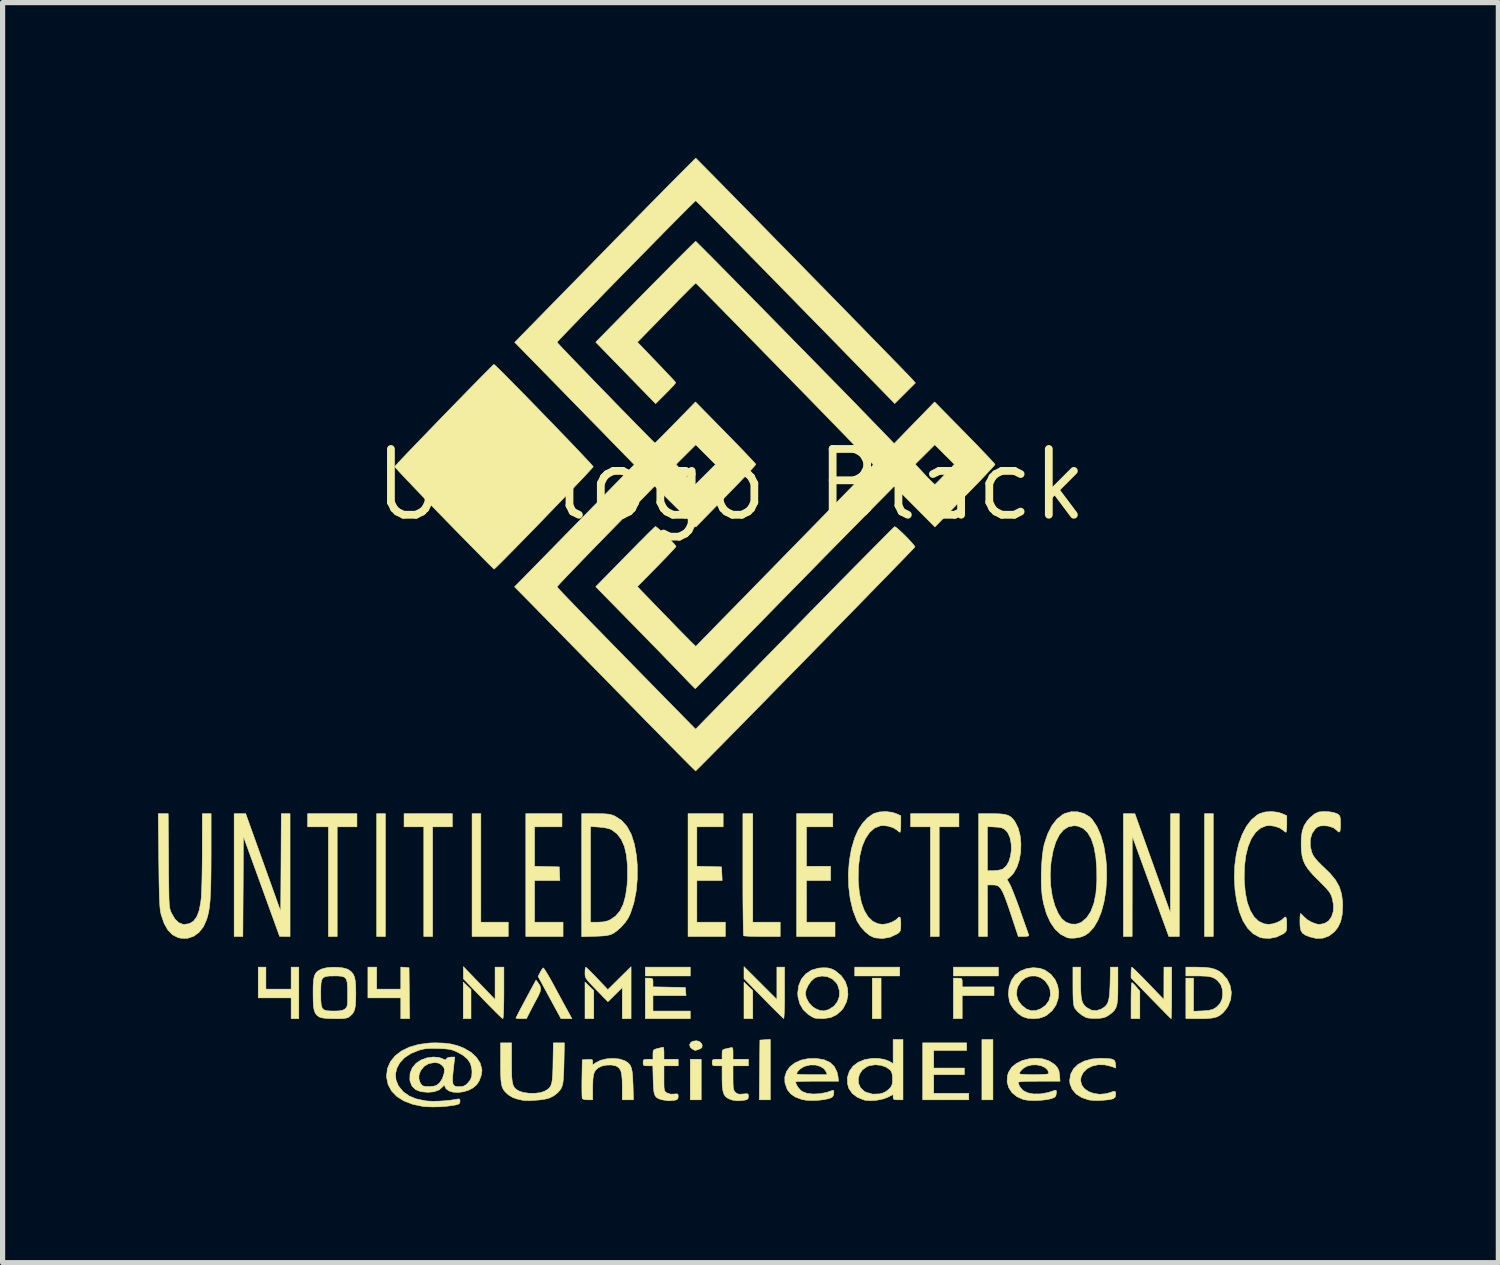
<source format=kicad_pcb>
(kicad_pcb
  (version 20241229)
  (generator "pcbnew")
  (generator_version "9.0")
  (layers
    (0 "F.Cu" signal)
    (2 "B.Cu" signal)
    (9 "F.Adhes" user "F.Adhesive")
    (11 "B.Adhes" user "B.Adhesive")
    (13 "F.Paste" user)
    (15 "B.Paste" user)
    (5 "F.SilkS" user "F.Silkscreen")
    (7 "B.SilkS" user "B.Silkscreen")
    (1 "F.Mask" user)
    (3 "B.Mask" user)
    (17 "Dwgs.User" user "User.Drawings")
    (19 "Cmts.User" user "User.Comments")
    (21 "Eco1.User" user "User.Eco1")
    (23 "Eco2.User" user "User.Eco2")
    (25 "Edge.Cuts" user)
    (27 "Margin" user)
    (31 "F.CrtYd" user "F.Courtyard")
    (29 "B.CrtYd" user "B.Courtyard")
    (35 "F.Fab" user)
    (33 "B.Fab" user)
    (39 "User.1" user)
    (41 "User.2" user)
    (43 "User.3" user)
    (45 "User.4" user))
  (footprint "UE logo Black"
    (layer "F.Cu")
    (at 11.058 6.307)
    (property "Reference" "UE logo Black" (at 0 0 0) (layer "F.SilkS") (effects (font (size 1.27 1.27) (thickness 0.15))))
    (attr through_hole)
    (fp_poly (pts (xy -6.668 8.721) (xy -6.837 8.721) (xy -6.837 6.35) (xy -6.668 6.35) (xy -6.668 8.721)) (stroke (width 0.01) (type solid)) (fill yes) (layer "F.SilkS"))
    (fp_poly (pts (xy -2.646 9.766) (xy -2.646 10.308) (xy -2.815 10.308) (xy -2.815 9.601) (xy -2.646 9.766)) (stroke (width 0.01) (type solid)) (fill yes) (layer "F.SilkS"))
    (fp_poly (pts (xy -0.783 9.483) (xy -1.651 9.483) (xy -1.651 9.313) (xy -0.783 9.313) (xy -0.783 9.483)) (stroke (width 0.01) (type solid)) (fill yes) (layer "F.SilkS"))
    (fp_poly (pts (xy -0.572 11.874) (xy -0.783 11.874) (xy -0.783 11.091) (xy -0.572 11.091) (xy -0.572 11.874)) (stroke (width 0.01) (type solid)) (fill yes) (layer "F.SilkS"))
    (fp_poly (pts (xy 2.9 10.308) (xy 2.731 10.308) (xy 2.731 9.525) (xy 2.9 9.525) (xy 2.9 10.308)) (stroke (width 0.01) (type solid)) (fill yes) (layer "F.SilkS"))
    (fp_poly (pts (xy 3.26 9.483) (xy 2.392 9.483) (xy 2.392 9.313) (xy 3.26 9.313) (xy 3.26 9.483)) (stroke (width 0.01) (type solid)) (fill yes) (layer "F.SilkS"))
    (fp_poly (pts (xy 5.059 11.874) (xy 4.847 11.874) (xy 4.847 10.71) (xy 5.059 10.71) (xy 5.059 11.874)) (stroke (width 0.01) (type solid)) (fill yes) (layer "F.SilkS"))
    (fp_poly (pts (xy 5.165 9.483) (xy 4.297 9.483) (xy 4.297 9.313) (xy 5.165 9.313) (xy 5.165 9.483)) (stroke (width 0.01) (type solid)) (fill yes) (layer "F.SilkS"))
    (fp_poly (pts (xy 9.313 8.721) (xy 9.144 8.721) (xy 9.144 6.35) (xy 9.313 6.35) (xy 9.313 8.721)) (stroke (width 0.01) (type solid)) (fill yes) (layer "F.SilkS"))
    (fp_poly (pts (xy -5.091 9.673) (xy -5.016 9.745) (xy -5.016 10.308) (xy -5.165 10.308) (xy -5.165 9.601) (xy -5.091 9.673)) (stroke (width 0.01) (type solid)) (fill yes) (layer "F.SilkS"))
    (fp_poly (pts (xy 0.339 9.684) (xy 0.423 9.766) (xy 0.423 10.308) (xy 0.254 10.308) (xy 0.254 9.601) (xy 0.339 9.684)) (stroke (width 0.01) (type solid)) (fill yes) (layer "F.SilkS"))
    (fp_poly (pts (xy -4.826 8.445) (xy -4.297 8.445) (xy -4.297 8.721) (xy -4.995 8.721) (xy -4.995 6.35) (xy -4.826 6.35) (xy -4.826 8.445)) (stroke (width 0.01) (type solid)) (fill yes) (layer "F.SilkS"))
    (fp_poly (pts (xy 0.762 11.874) (xy 0.55 11.874) (xy 0.555 11.298) (xy 0.561 10.721) (xy 0.661 10.714) (xy 0.762 10.708) (xy 0.762 11.874)) (stroke (width 0.01) (type solid)) (fill yes) (layer "F.SilkS"))
    (fp_poly (pts (xy -7.218 6.604) (xy -7.599 6.604) (xy -7.599 8.721) (xy -7.768 8.721) (xy -7.768 6.604) (xy -8.17 6.604) (xy -8.17 6.35) (xy -7.218 6.35) (xy -7.218 6.604)) (stroke (width 0.01) (type solid)) (fill yes) (layer "F.SilkS"))
    (fp_poly (pts (xy -5.376 6.604) (xy -5.757 6.604) (xy -5.757 8.721) (xy -5.927 8.721) (xy -5.927 6.604) (xy -6.308 6.604) (xy -6.308 6.35) (xy -5.376 6.35) (xy -5.376 6.604)) (stroke (width 0.01) (type solid)) (fill yes) (layer "F.SilkS"))
    (fp_poly (pts (xy 4.403 6.604) (xy 4.022 6.604) (xy 4.022 8.721) (xy 3.852 8.721) (xy 3.852 6.604) (xy 3.471 6.604) (xy 3.471 6.35) (xy 4.403 6.35) (xy 4.403 6.604)) (stroke (width 0.01) (type solid)) (fill yes) (layer "F.SilkS"))
    (fp_poly (pts (xy -8.975 9.737) (xy -8.488 9.737) (xy -8.488 9.313) (xy -8.34 9.313) (xy -8.34 10.308) (xy -8.488 10.308) (xy -8.488 9.906) (xy -9.123 9.906) (xy -9.123 9.313) (xy -8.975 9.313) (xy -8.975 9.737)) (stroke (width 0.01) (type solid)) (fill yes) (layer "F.SilkS"))
    (fp_poly (pts (xy -6.292 9.317) (xy -6.212 9.324) (xy -6.201 10.308) (xy -6.371 10.308) (xy -6.371 9.906) (xy -7.006 9.906) (xy -7.006 9.313) (xy -6.837 9.313) (xy -6.837 9.737) (xy -6.371 9.737) (xy -6.371 9.311) (xy -6.292 9.317)) (stroke (width 0.01) (type solid)) (fill yes) (layer "F.SilkS"))
    (fp_poly (pts (xy -0.148 6.604) (xy -0.656 6.604) (xy -0.656 7.365) (xy -0.18 7.377) (xy -0.167 7.641) (xy -0.656 7.641) (xy -0.656 8.445) (xy -0.106 8.445) (xy -0.106 8.721) (xy -0.826 8.721) (xy -0.826 6.35) (xy -0.148 6.35) (xy -0.148 6.604)) (stroke (width 0.01) (type solid)) (fill yes) (layer "F.SilkS"))
    (fp_poly (pts (xy 1.968 6.604) (xy 1.46 6.604) (xy 1.46 7.366) (xy 1.926 7.366) (xy 1.926 7.641) (xy 1.46 7.641) (xy 1.46 8.445) (xy 2.011 8.445) (xy 2.011 8.721) (xy 1.27 8.721) (xy 1.27 6.35) (xy 1.968 6.35) (xy 1.968 6.604)) (stroke (width 0.01) (type solid)) (fill yes) (layer "F.SilkS"))
    (fp_poly (pts (xy 4.436 9.527) (xy 4.46 9.541) (xy 4.466 9.58) (xy 4.466 9.61) (xy 4.466 9.694) (xy 5.08 9.694) (xy 5.08 9.864) (xy 4.466 9.864) (xy 4.466 10.308) (xy 4.297 10.308) (xy 4.297 9.525) (xy 4.381 9.525) (xy 4.436 9.527)) (stroke (width 0.01) (type solid)) (fill yes) (layer "F.SilkS"))
    (fp_poly (pts (xy 4.551 10.922) (xy 3.916 10.922) (xy 3.916 11.261) (xy 4.508 11.261) (xy 4.508 11.388) (xy 3.916 11.388) (xy 3.916 11.748) (xy 4.593 11.748) (xy 4.593 11.874) (xy 3.704 11.874) (xy 3.704 10.774) (xy 4.551 10.774) (xy 4.551 10.922)) (stroke (width 0.01) (type solid)) (fill yes) (layer "F.SilkS"))
    (fp_poly (pts (xy 7.763 9.625) (xy 7.801 9.664) (xy 7.826 9.693) (xy 7.895 9.776) (xy 7.895 10.308) (xy 7.726 10.308) (xy 7.726 9.959) (xy 7.727 9.843) (xy 7.729 9.743) (xy 7.733 9.667) (xy 7.738 9.62) (xy 7.742 9.61) (xy 7.763 9.625)) (stroke (width 0.01) (type solid)) (fill yes) (layer "F.SilkS"))
    (fp_poly (pts (xy -3.26 6.604) (xy -3.789 6.604) (xy -3.789 7.365) (xy -3.313 7.377) (xy -3.306 7.509) (xy -3.3 7.641) (xy -3.789 7.641) (xy -3.789 8.445) (xy -3.239 8.445) (xy -3.239 8.721) (xy -3.958 8.721) (xy -3.958 6.35) (xy -3.26 6.35) (xy -3.26 6.604)) (stroke (width 0.01) (type solid)) (fill yes) (layer "F.SilkS"))
    (fp_poly (pts (xy -8.689 8.238) (xy -8.683 7.294) (xy -8.678 6.35) (xy -8.509 6.35) (xy -8.509 8.721) (xy -8.61 8.72) (xy -8.71 8.72) (xy -9.059 7.755) (xy -9.409 6.791) (xy -9.414 7.756) (xy -9.42 8.721) (xy -9.588 8.721) (xy -9.588 6.35) (xy -9.365 6.35) (xy -8.689 8.238)) (stroke (width 0.01) (type solid)) (fill yes) (layer "F.SilkS"))
    (fp_poly (pts (xy 8.657 8.721) (xy 8.455 8.721) (xy 8.102 7.752) (xy 7.749 6.784) (xy 7.747 8.721) (xy 7.578 8.721) (xy 7.578 6.35) (xy 7.689 6.35) (xy 7.8 6.351) (xy 8.143 7.308) (xy 8.486 8.266) (xy 8.487 7.308) (xy 8.488 6.35) (xy 8.657 6.35) (xy 8.657 8.721)) (stroke (width 0.01) (type solid)) (fill yes) (layer "F.SilkS"))
    (fp_poly (pts (xy -1.529 9.528) (xy -1.508 9.544) (xy -1.503 9.585) (xy -1.503 9.609) (xy -1.503 9.693) (xy -0.878 9.705) (xy -0.872 9.784) (xy -0.865 9.864) (xy -1.503 9.864) (xy -1.503 10.16) (xy -0.783 10.16) (xy -0.783 10.308) (xy -1.651 10.308) (xy -1.651 9.525) (xy -1.577 9.525) (xy -1.529 9.528)) (stroke (width 0.01) (type solid)) (fill yes) (layer "F.SilkS"))
    (fp_poly (pts (xy -0.602 10.751) (xy -0.562 10.792) (xy -0.554 10.819) (xy -0.557 10.861) (xy -0.586 10.886) (xy -0.616 10.898) (xy -0.662 10.914) (xy -0.685 10.922) (xy -0.686 10.922) (xy -0.704 10.913) (xy -0.741 10.895) (xy -0.785 10.855) (xy -0.795 10.807) (xy -0.77 10.764) (xy -0.736 10.744) (xy -0.663 10.733) (xy -0.602 10.751)) (stroke (width 0.01) (type solid)) (fill yes) (layer "F.SilkS"))
    (fp_poly (pts (xy -3.608 9.34) (xy -3.577 9.386) (xy -3.533 9.457) (xy -3.481 9.547) (xy -3.443 9.616) (xy -3.377 9.738) (xy -3.308 9.866) (xy -3.243 9.987) (xy -3.188 10.087) (xy -3.174 10.112) (xy -3.067 10.308) (xy -3.278 10.308) (xy -3.499 9.901) (xy -3.72 9.493) (xy -3.681 9.415) (xy -3.652 9.364) (xy -3.628 9.331) (xy -3.624 9.326) (xy -3.608 9.34)) (stroke (width 0.01) (type solid)) (fill yes) (layer "F.SilkS"))
    (fp_poly (pts (xy 0.889 9.937) (xy 0.889 9.313) (xy 1.037 9.313) (xy 1.037 9.811) (xy 1.037 9.951) (xy 1.035 10.075) (xy 1.032 10.178) (xy 1.028 10.254) (xy 1.024 10.297) (xy 1.021 10.305) (xy 1.003 10.29) (xy 0.959 10.248) (xy 0.894 10.184) (xy 0.811 10.102) (xy 0.716 10.006) (xy 0.63 9.918) (xy 0.254 9.534) (xy 0.254 9.303) (xy 0.889 9.937)) (stroke (width 0.01) (type solid)) (fill yes) (layer "F.SilkS"))
    (fp_poly (pts (xy -4.551 9.938) (xy -4.551 9.626) (xy -4.551 9.313) (xy -4.381 9.313) (xy -4.381 9.811) (xy -4.382 9.959) (xy -4.385 10.087) (xy -4.388 10.191) (xy -4.393 10.264) (xy -4.398 10.303) (xy -4.401 10.308) (xy -4.42 10.294) (xy -4.465 10.252) (xy -4.53 10.189) (xy -4.612 10.106) (xy -4.707 10.01) (xy -4.792 9.922) (xy -5.164 9.536) (xy -5.163 9.419) (xy -5.163 9.303) (xy -4.551 9.938)) (stroke (width 0.01) (type solid)) (fill yes) (layer "F.SilkS"))
    (fp_poly (pts (xy 0.423 8.445) (xy 0.953 8.445) (xy 0.953 8.721) (xy 0.607 8.721) (xy 0.49 8.72) (xy 0.388 8.718) (xy 0.309 8.714) (xy 0.26 8.71) (xy 0.247 8.707) (xy 0.244 8.683) (xy 0.242 8.622) (xy 0.24 8.525) (xy 0.238 8.398) (xy 0.236 8.245) (xy 0.234 8.068) (xy 0.233 7.872) (xy 0.233 7.661) (xy 0.233 7.521) (xy 0.233 6.35) (xy 0.423 6.35) (xy 0.423 8.445)) (stroke (width 0.01) (type solid)) (fill yes) (layer "F.SilkS"))
    (fp_poly (pts (xy -3.722 9.613) (xy -3.684 9.671) (xy -3.67 9.725) (xy -3.681 9.787) (xy -3.716 9.867) (xy -3.734 9.901) (xy -3.785 9.996) (xy -3.839 10.099) (xy -3.879 10.176) (xy -3.946 10.308) (xy -4.047 10.308) (xy -4.106 10.306) (xy -4.143 10.3) (xy -4.149 10.295) (xy -4.139 10.274) (xy -4.112 10.221) (xy -4.072 10.142) (xy -4.02 10.045) (xy -3.96 9.933) (xy -3.955 9.923) (xy -3.761 9.563) (xy -3.722 9.613)) (stroke (width 0.01) (type solid)) (fill yes) (layer "F.SilkS"))
    (fp_poly (pts (xy -1.926 10.308) (xy -2.095 10.308) (xy -2.095 9.706) (xy -2.234 9.843) (xy -2.373 9.98) (xy -2.594 9.753) (xy -2.679 9.665) (xy -2.739 9.601) (xy -2.778 9.554) (xy -2.801 9.517) (xy -2.812 9.485) (xy -2.815 9.449) (xy -2.815 9.419) (xy -2.813 9.359) (xy -2.806 9.32) (xy -2.801 9.313) (xy -2.782 9.328) (xy -2.739 9.368) (xy -2.679 9.428) (xy -2.607 9.502) (xy -2.58 9.53) (xy -2.374 9.747) (xy -2.15 9.525) (xy -1.926 9.304) (xy -1.926 10.308)) (stroke (width 0.01) (type solid)) (fill yes) (layer "F.SilkS"))
    (fp_poly (pts (xy 7.761 9.328) (xy 7.804 9.368) (xy 7.867 9.431) (xy 7.946 9.51) (xy 8.035 9.602) (xy 8.058 9.625) (xy 8.359 9.938) (xy 8.36 9.626) (xy 8.361 9.313) (xy 8.509 9.313) (xy 8.509 9.811) (xy 8.509 9.951) (xy 8.508 10.076) (xy 8.506 10.179) (xy 8.504 10.256) (xy 8.502 10.3) (xy 8.501 10.308) (xy 8.484 10.294) (xy 8.442 10.253) (xy 8.379 10.189) (xy 8.298 10.107) (xy 8.204 10.011) (xy 8.109 9.914) (xy 7.726 9.52) (xy 7.726 9.417) (xy 7.729 9.357) (xy 7.736 9.32) (xy 7.742 9.313) (xy 7.761 9.328)) (stroke (width 0.01) (type solid)) (fill yes) (layer "F.SilkS"))
    (fp_poly (pts (xy 9.145 9.317) (xy 9.261 9.33) (xy 9.352 9.355) (xy 9.428 9.394) (xy 9.482 9.434) (xy 9.578 9.542) (xy 9.638 9.666) (xy 9.662 9.799) (xy 9.65 9.934) (xy 9.599 10.063) (xy 9.559 10.124) (xy 9.5 10.194) (xy 9.441 10.243) (xy 9.372 10.277) (xy 9.286 10.296) (xy 9.173 10.306) (xy 9.054 10.308) (xy 8.784 10.308) (xy 8.784 9.525) (xy 8.932 9.525) (xy 8.932 10.164) (xy 9.111 10.157) (xy 9.224 10.148) (xy 9.306 10.127) (xy 9.37 10.09) (xy 9.428 10.031) (xy 9.45 10.004) (xy 9.482 9.931) (xy 9.495 9.838) (xy 9.489 9.742) (xy 9.462 9.659) (xy 9.449 9.638) (xy 9.396 9.574) (xy 9.341 9.531) (xy 9.275 9.503) (xy 9.189 9.488) (xy 9.073 9.483) (xy 9.024 9.483) (xy 8.784 9.483) (xy 8.784 9.313) (xy 8.997 9.313) (xy 9.145 9.317)) (stroke (width 0.01) (type solid)) (fill yes) (layer "F.SilkS"))
    (fp_poly (pts (xy 6.752 9.61) (xy 6.754 9.756) (xy 6.761 9.866) (xy 6.774 9.948) (xy 6.796 10.009) (xy 6.828 10.055) (xy 6.868 10.092) (xy 6.962 10.143) (xy 7.059 10.152) (xy 7.149 10.123) (xy 7.206 10.088) (xy 7.249 10.048) (xy 7.279 9.994) (xy 7.299 9.921) (xy 7.312 9.821) (xy 7.319 9.689) (xy 7.321 9.626) (xy 7.328 9.313) (xy 7.472 9.313) (xy 7.472 9.668) (xy 7.471 9.82) (xy 7.466 9.936) (xy 7.455 10.024) (xy 7.436 10.09) (xy 7.407 10.142) (xy 7.367 10.185) (xy 7.312 10.228) (xy 7.304 10.234) (xy 7.248 10.269) (xy 7.194 10.289) (xy 7.126 10.299) (xy 7.063 10.302) (xy 6.979 10.302) (xy 6.906 10.296) (xy 6.859 10.286) (xy 6.776 10.239) (xy 6.699 10.176) (xy 6.643 10.11) (xy 6.636 10.096) (xy 6.623 10.062) (xy 6.614 10.01) (xy 6.608 9.935) (xy 6.605 9.831) (xy 6.604 9.691) (xy 6.604 9.674) (xy 6.604 9.313) (xy 6.752 9.313) (xy 6.752 9.61)) (stroke (width 0.01) (type solid)) (fill yes) (layer "F.SilkS"))
    (fp_poly (pts (xy 7.161 11.073) (xy 7.27 11.077) (xy 7.344 11.085) (xy 7.389 11.102) (xy 7.414 11.129) (xy 7.424 11.169) (xy 7.425 11.181) (xy 7.432 11.26) (xy 7.343 11.228) (xy 7.213 11.198) (xy 7.088 11.197) (xy 6.974 11.223) (xy 6.878 11.272) (xy 6.805 11.343) (xy 6.761 11.431) (xy 6.752 11.501) (xy 6.772 11.586) (xy 6.825 11.658) (xy 6.905 11.714) (xy 7.005 11.751) (xy 7.118 11.767) (xy 7.236 11.757) (xy 7.313 11.736) (xy 7.378 11.714) (xy 7.413 11.71) (xy 7.427 11.725) (xy 7.429 11.763) (xy 7.429 11.769) (xy 7.42 11.821) (xy 7.383 11.851) (xy 7.373 11.855) (xy 7.309 11.87) (xy 7.218 11.88) (xy 7.115 11.886) (xy 7.013 11.886) (xy 6.929 11.879) (xy 6.907 11.875) (xy 6.774 11.83) (xy 6.666 11.761) (xy 6.589 11.671) (xy 6.547 11.565) (xy 6.541 11.498) (xy 6.56 11.378) (xy 6.616 11.274) (xy 6.704 11.189) (xy 6.823 11.126) (xy 6.968 11.086) (xy 7.137 11.072) (xy 7.161 11.073)) (stroke (width 0.01) (type solid)) (fill yes) (layer "F.SilkS"))
    (fp_poly (pts (xy -2.144 11.087) (xy -2.042 11.122) (xy -2.026 11.131) (xy -1.979 11.165) (xy -1.944 11.204) (xy -1.921 11.257) (xy -1.905 11.329) (xy -1.895 11.429) (xy -1.889 11.563) (xy -1.888 11.583) (xy -1.88 11.874) (xy -2.095 11.874) (xy -2.095 11.619) (xy -2.098 11.484) (xy -2.107 11.385) (xy -2.124 11.314) (xy -2.152 11.266) (xy -2.192 11.233) (xy -2.222 11.219) (xy -2.301 11.202) (xy -2.396 11.203) (xy -2.488 11.222) (xy -2.557 11.254) (xy -2.602 11.293) (xy -2.633 11.338) (xy -2.652 11.396) (xy -2.662 11.478) (xy -2.666 11.59) (xy -2.667 11.636) (xy -2.667 11.874) (xy -2.763 11.874) (xy -2.83 11.869) (xy -2.866 11.852) (xy -2.869 11.847) (xy -2.872 11.818) (xy -2.874 11.754) (xy -2.875 11.663) (xy -2.875 11.552) (xy -2.874 11.461) (xy -2.868 11.102) (xy -2.768 11.095) (xy -2.707 11.093) (xy -2.677 11.1) (xy -2.668 11.122) (xy -2.667 11.145) (xy -2.667 11.2) (xy -2.607 11.158) (xy -2.511 11.11) (xy -2.392 11.082) (xy -2.265 11.074) (xy -2.144 11.087)) (stroke (width 0.01) (type solid)) (fill yes) (layer "F.SilkS"))
    (fp_poly (pts (xy 5.964 9.334) (xy 6.067 9.372) (xy 6.179 9.452) (xy 6.26 9.554) (xy 6.31 9.671) (xy 6.33 9.796) (xy 6.318 9.923) (xy 6.277 10.043) (xy 6.204 10.151) (xy 6.102 10.239) (xy 6.057 10.264) (xy 5.959 10.297) (xy 5.844 10.308) (xy 5.729 10.299) (xy 5.633 10.268) (xy 5.629 10.266) (xy 5.545 10.208) (xy 5.466 10.128) (xy 5.406 10.041) (xy 5.378 9.976) (xy 5.36 9.851) (xy 5.515 9.851) (xy 5.546 9.956) (xy 5.614 10.048) (xy 5.708 10.122) (xy 5.799 10.154) (xy 5.896 10.149) (xy 5.983 10.116) (xy 6.077 10.049) (xy 6.141 9.96) (xy 6.17 9.856) (xy 6.162 9.747) (xy 6.134 9.673) (xy 6.065 9.576) (xy 5.978 9.513) (xy 5.882 9.483) (xy 5.783 9.485) (xy 5.689 9.519) (xy 5.608 9.582) (xy 5.546 9.676) (xy 5.524 9.739) (xy 5.515 9.851) (xy 5.36 9.851) (xy 5.358 9.836) (xy 5.372 9.696) (xy 5.418 9.566) (xy 5.489 9.465) (xy 5.586 9.39) (xy 5.705 9.342) (xy 5.835 9.323) (xy 5.964 9.334)) (stroke (width 0.01) (type solid)) (fill yes) (layer "F.SilkS"))
    (fp_poly (pts (xy -1.296 10.878) (xy -1.292 10.927) (xy -1.291 10.975) (xy -1.291 11.091) (xy -1.016 11.091) (xy -1.016 11.218) (xy -1.291 11.218) (xy -1.291 11.461) (xy -1.291 11.566) (xy -1.289 11.637) (xy -1.283 11.682) (xy -1.272 11.709) (xy -1.255 11.727) (xy -1.238 11.739) (xy -1.168 11.764) (xy -1.1 11.763) (xy -1.046 11.758) (xy -1.022 11.766) (xy -1.016 11.795) (xy -1.016 11.81) (xy -1.023 11.854) (xy -1.054 11.875) (xy -1.082 11.882) (xy -1.198 11.893) (xy -1.32 11.875) (xy -1.337 11.871) (xy -1.395 11.852) (xy -1.437 11.826) (xy -1.465 11.788) (xy -1.483 11.729) (xy -1.493 11.643) (xy -1.498 11.523) (xy -1.499 11.491) (xy -1.506 11.218) (xy -1.6 11.218) (xy -1.658 11.216) (xy -1.685 11.205) (xy -1.693 11.177) (xy -1.693 11.155) (xy -1.691 11.116) (xy -1.675 11.097) (xy -1.634 11.092) (xy -1.598 11.091) (xy -1.503 11.091) (xy -1.503 10.999) (xy -1.501 10.941) (xy -1.487 10.911) (xy -1.452 10.894) (xy -1.409 10.882) (xy -1.35 10.868) (xy -1.311 10.86) (xy -1.303 10.858) (xy -1.296 10.878)) (stroke (width 0.01) (type solid)) (fill yes) (layer "F.SilkS"))
    (fp_poly (pts (xy 0.038 10.885) (xy 0.042 10.933) (xy 0.042 10.973) (xy 0.042 11.091) (xy 0.339 11.091) (xy 0.339 11.218) (xy 0.042 11.218) (xy 0.042 11.451) (xy 0.043 11.555) (xy 0.046 11.626) (xy 0.054 11.673) (xy 0.066 11.703) (xy 0.086 11.727) (xy 0.087 11.729) (xy 0.123 11.756) (xy 0.165 11.766) (xy 0.232 11.762) (xy 0.235 11.762) (xy 0.297 11.756) (xy 0.327 11.76) (xy 0.338 11.779) (xy 0.339 11.809) (xy 0.333 11.85) (xy 0.309 11.87) (xy 0.259 11.882) (xy 0.139 11.893) (xy 0.04 11.881) (xy 0.02 11.876) (xy -0.049 11.85) (xy -0.099 11.815) (xy -0.133 11.766) (xy -0.154 11.695) (xy -0.166 11.596) (xy -0.169 11.463) (xy -0.169 11.435) (xy -0.169 11.218) (xy -0.265 11.218) (xy -0.323 11.216) (xy -0.351 11.206) (xy -0.359 11.179) (xy -0.36 11.155) (xy -0.357 11.116) (xy -0.341 11.097) (xy -0.301 11.092) (xy -0.265 11.091) (xy -0.169 11.091) (xy -0.169 10.998) (xy -0.167 10.939) (xy -0.154 10.909) (xy -0.122 10.895) (xy -0.101 10.89) (xy -0.041 10.877) (xy 0.005 10.866) (xy 0.027 10.865) (xy 0.038 10.885)) (stroke (width 0.01) (type solid)) (fill yes) (layer "F.SilkS"))
    (fp_poly (pts (xy -2.609 6.35) (xy -2.492 6.351) (xy -2.407 6.355) (xy -2.345 6.362) (xy -2.294 6.375) (xy -2.245 6.394) (xy -2.233 6.4) (xy -2.108 6.481) (xy -2.004 6.598) (xy -1.921 6.751) (xy -1.861 6.94) (xy -1.821 7.165) (xy -1.806 7.347) (xy -1.805 7.602) (xy -1.827 7.846) (xy -1.872 8.072) (xy -1.937 8.271) (xy -1.978 8.359) (xy -2.035 8.445) (xy -2.113 8.534) (xy -2.199 8.612) (xy -2.274 8.663) (xy -2.32 8.684) (xy -2.374 8.698) (xy -2.444 8.708) (xy -2.54 8.714) (xy -2.619 8.717) (xy -2.879 8.725) (xy -2.879 8.445) (xy -2.709 8.445) (xy -2.566 8.445) (xy -2.46 8.439) (xy -2.376 8.419) (xy -2.328 8.398) (xy -2.224 8.326) (xy -2.14 8.227) (xy -2.076 8.097) (xy -2.031 7.933) (xy -2.003 7.735) (xy -1.995 7.596) (xy -1.995 7.356) (xy -2.015 7.153) (xy -2.054 6.983) (xy -2.115 6.846) (xy -2.197 6.739) (xy -2.3 6.661) (xy -2.315 6.653) (xy -2.367 6.636) (xy -2.444 6.62) (xy -2.533 6.61) (xy -2.543 6.609) (xy -2.709 6.598) (xy -2.709 8.445) (xy -2.879 8.445) (xy -2.879 6.35) (xy -2.609 6.35)) (stroke (width 0.01) (type solid)) (fill yes) (layer "F.SilkS"))
    (fp_poly (pts (xy -4.233 11.156) (xy -4.232 11.311) (xy -4.229 11.43) (xy -4.22 11.519) (xy -4.206 11.583) (xy -4.183 11.63) (xy -4.152 11.664) (xy -4.109 11.693) (xy -4.086 11.705) (xy -4.002 11.733) (xy -3.895 11.747) (xy -3.781 11.748) (xy -3.676 11.735) (xy -3.6 11.71) (xy -3.548 11.681) (xy -3.508 11.65) (xy -3.479 11.611) (xy -3.459 11.558) (xy -3.447 11.485) (xy -3.439 11.384) (xy -3.434 11.251) (xy -3.433 11.164) (xy -3.426 10.774) (xy -3.213 10.774) (xy -3.221 11.171) (xy -3.225 11.324) (xy -3.231 11.441) (xy -3.239 11.53) (xy -3.253 11.596) (xy -3.273 11.648) (xy -3.301 11.691) (xy -3.338 11.732) (xy -3.359 11.752) (xy -3.418 11.796) (xy -3.492 11.834) (xy -3.514 11.843) (xy -3.584 11.86) (xy -3.681 11.875) (xy -3.79 11.884) (xy -3.896 11.889) (xy -3.984 11.887) (xy -4.022 11.882) (xy -4.134 11.856) (xy -4.217 11.825) (xy -4.283 11.785) (xy -4.311 11.763) (xy -4.355 11.721) (xy -4.388 11.68) (xy -4.412 11.632) (xy -4.428 11.57) (xy -4.438 11.489) (xy -4.443 11.382) (xy -4.445 11.242) (xy -4.445 11.166) (xy -4.445 10.774) (xy -4.233 10.774) (xy -4.233 11.156)) (stroke (width 0.01) (type solid)) (fill yes) (layer "F.SilkS"))
    (fp_poly (pts (xy 1.865 9.327) (xy 1.929 9.341) (xy 1.991 9.369) (xy 2.023 9.388) (xy 2.131 9.478) (xy 2.208 9.589) (xy 2.251 9.715) (xy 2.261 9.847) (xy 2.235 9.978) (xy 2.173 10.101) (xy 2.142 10.141) (xy 2.041 10.232) (xy 1.926 10.286) (xy 1.789 10.306) (xy 1.767 10.306) (xy 1.694 10.303) (xy 1.634 10.298) (xy 1.609 10.293) (xy 1.573 10.274) (xy 1.519 10.241) (xy 1.489 10.221) (xy 1.397 10.134) (xy 1.331 10.019) (xy 1.296 9.887) (xy 1.292 9.822) (xy 1.439 9.822) (xy 1.457 9.909) (xy 1.505 9.997) (xy 1.574 10.073) (xy 1.629 10.111) (xy 1.719 10.149) (xy 1.796 10.157) (xy 1.877 10.136) (xy 1.89 10.131) (xy 1.989 10.068) (xy 2.058 9.981) (xy 2.095 9.878) (xy 2.097 9.769) (xy 2.063 9.66) (xy 2.035 9.614) (xy 1.96 9.541) (xy 1.864 9.497) (xy 1.759 9.484) (xy 1.657 9.504) (xy 1.607 9.53) (xy 1.546 9.587) (xy 1.492 9.666) (xy 1.453 9.751) (xy 1.439 9.822) (xy 1.292 9.822) (xy 1.291 9.816) (xy 1.31 9.669) (xy 1.363 9.543) (xy 1.447 9.442) (xy 1.559 9.37) (xy 1.694 9.331) (xy 1.78 9.325) (xy 1.865 9.327)) (stroke (width 0.01) (type solid)) (fill yes) (layer "F.SilkS"))
    (fp_poly (pts (xy 3.323 11.874) (xy 3.228 11.874) (xy 3.169 11.872) (xy 3.141 11.861) (xy 3.133 11.836) (xy 3.133 11.823) (xy 3.133 11.771) (xy 3.031 11.823) (xy 2.937 11.858) (xy 2.821 11.881) (xy 2.702 11.89) (xy 2.597 11.883) (xy 2.572 11.877) (xy 2.443 11.826) (xy 2.344 11.75) (xy 2.278 11.653) (xy 2.253 11.565) (xy 2.252 11.465) (xy 2.46 11.465) (xy 2.465 11.555) (xy 2.501 11.638) (xy 2.568 11.704) (xy 2.608 11.727) (xy 2.735 11.764) (xy 2.867 11.76) (xy 2.922 11.748) (xy 2.987 11.718) (xy 3.05 11.671) (xy 3.059 11.662) (xy 3.095 11.619) (xy 3.114 11.574) (xy 3.121 11.511) (xy 3.121 11.474) (xy 3.117 11.391) (xy 3.102 11.336) (xy 3.08 11.302) (xy 3.002 11.244) (xy 2.9 11.208) (xy 2.788 11.197) (xy 2.679 11.213) (xy 2.625 11.234) (xy 2.54 11.296) (xy 2.485 11.376) (xy 2.46 11.465) (xy 2.252 11.465) (xy 2.252 11.436) (xy 2.289 11.322) (xy 2.358 11.225) (xy 2.457 11.15) (xy 2.582 11.098) (xy 2.729 11.074) (xy 2.839 11.075) (xy 2.96 11.093) (xy 3.052 11.127) (xy 3.057 11.13) (xy 3.133 11.175) (xy 3.133 10.71) (xy 3.323 10.71) (xy 3.323 11.874)) (stroke (width 0.01) (type solid)) (fill yes) (layer "F.SilkS"))
    (fp_poly (pts (xy 1.799 11.1) (xy 1.914 11.152) (xy 1.997 11.231) (xy 2.05 11.338) (xy 2.067 11.416) (xy 2.08 11.515) (xy 1.664 11.515) (xy 1.537 11.515) (xy 1.425 11.517) (xy 1.336 11.52) (xy 1.275 11.523) (xy 1.249 11.527) (xy 1.249 11.527) (xy 1.263 11.576) (xy 1.299 11.635) (xy 1.346 11.688) (xy 1.379 11.714) (xy 1.471 11.749) (xy 1.59 11.762) (xy 1.722 11.756) (xy 1.856 11.729) (xy 1.954 11.695) (xy 1.98 11.689) (xy 1.988 11.709) (xy 1.986 11.75) (xy 1.976 11.798) (xy 1.95 11.827) (xy 1.895 11.849) (xy 1.894 11.849) (xy 1.802 11.87) (xy 1.688 11.883) (xy 1.567 11.887) (xy 1.456 11.882) (xy 1.375 11.868) (xy 1.25 11.822) (xy 1.159 11.762) (xy 1.096 11.684) (xy 1.085 11.663) (xy 1.044 11.544) (xy 1.042 11.431) (xy 1.06 11.376) (xy 1.27 11.376) (xy 1.29 11.38) (xy 1.345 11.384) (xy 1.426 11.386) (xy 1.528 11.388) (xy 1.566 11.388) (xy 1.861 11.388) (xy 1.844 11.34) (xy 1.799 11.274) (xy 1.725 11.228) (xy 1.633 11.202) (xy 1.531 11.201) (xy 1.43 11.225) (xy 1.397 11.24) (xy 1.33 11.284) (xy 1.284 11.335) (xy 1.27 11.376) (xy 1.06 11.376) (xy 1.076 11.327) (xy 1.141 11.236) (xy 1.235 11.162) (xy 1.354 11.108) (xy 1.494 11.078) (xy 1.651 11.075) (xy 1.799 11.1)) (stroke (width 0.01) (type solid)) (fill yes) (layer "F.SilkS"))
    (fp_poly (pts (xy 10.563 6.324) (xy 10.642 6.349) (xy 10.732 6.39) (xy 10.732 6.55) (xy 10.73 6.626) (xy 10.725 6.683) (xy 10.718 6.709) (xy 10.717 6.71) (xy 10.693 6.697) (xy 10.655 6.665) (xy 10.654 6.664) (xy 10.586 6.622) (xy 10.495 6.592) (xy 10.399 6.579) (xy 10.332 6.585) (xy 10.223 6.63) (xy 10.128 6.714) (xy 10.048 6.832) (xy 9.986 6.981) (xy 9.941 7.16) (xy 9.916 7.365) (xy 9.91 7.594) (xy 9.912 7.662) (xy 9.932 7.878) (xy 9.97 8.065) (xy 10.027 8.219) (xy 10.1 8.341) (xy 10.189 8.427) (xy 10.293 8.476) (xy 10.382 8.487) (xy 10.465 8.476) (xy 10.552 8.447) (xy 10.627 8.407) (xy 10.665 8.375) (xy 10.696 8.345) (xy 10.716 8.349) (xy 10.727 8.388) (xy 10.731 8.465) (xy 10.731 8.483) (xy 10.73 8.559) (xy 10.723 8.606) (xy 10.707 8.636) (xy 10.675 8.661) (xy 10.66 8.671) (xy 10.535 8.731) (xy 10.4 8.758) (xy 10.268 8.751) (xy 10.207 8.735) (xy 10.084 8.668) (xy 9.978 8.563) (xy 9.888 8.421) (xy 9.817 8.244) (xy 9.764 8.033) (xy 9.733 7.823) (xy 9.72 7.584) (xy 9.728 7.353) (xy 9.757 7.135) (xy 9.805 6.932) (xy 9.871 6.751) (xy 9.953 6.594) (xy 10.05 6.468) (xy 10.16 6.376) (xy 10.213 6.347) (xy 10.319 6.317) (xy 10.442 6.309) (xy 10.563 6.324)) (stroke (width 0.01) (type solid)) (fill yes) (layer "F.SilkS"))
    (fp_poly (pts (xy -10.854 7.255) (xy -10.853 7.474) (xy -10.851 7.655) (xy -10.849 7.803) (xy -10.847 7.92) (xy -10.845 8.012) (xy -10.841 8.083) (xy -10.836 8.136) (xy -10.83 8.177) (xy -10.822 8.209) (xy -10.813 8.236) (xy -10.801 8.263) (xy -10.797 8.271) (xy -10.733 8.381) (xy -10.659 8.453) (xy -10.575 8.486) (xy -10.549 8.488) (xy -10.452 8.473) (xy -10.374 8.426) (xy -10.312 8.345) (xy -10.266 8.228) (xy -10.235 8.075) (xy -10.223 7.976) (xy -10.219 7.901) (xy -10.214 7.79) (xy -10.21 7.651) (xy -10.207 7.491) (xy -10.205 7.317) (xy -10.203 7.138) (xy -10.203 7.054) (xy -10.202 6.35) (xy -10.033 6.35) (xy -10.033 7.128) (xy -10.034 7.378) (xy -10.036 7.59) (xy -10.04 7.769) (xy -10.046 7.919) (xy -10.054 8.044) (xy -10.065 8.15) (xy -10.079 8.24) (xy -10.097 8.318) (xy -10.118 8.391) (xy -10.119 8.393) (xy -10.181 8.532) (xy -10.265 8.64) (xy -10.368 8.716) (xy -10.483 8.755) (xy -10.608 8.756) (xy -10.672 8.742) (xy -10.778 8.688) (xy -10.868 8.596) (xy -10.941 8.465) (xy -10.998 8.297) (xy -10.998 8.295) (xy -11.007 8.255) (xy -11.015 8.205) (xy -11.021 8.143) (xy -11.026 8.062) (xy -11.031 7.961) (xy -11.034 7.834) (xy -11.038 7.677) (xy -11.04 7.486) (xy -11.043 7.256) (xy -11.043 7.255) (xy -11.053 6.35) (xy -10.861 6.35) (xy -10.854 7.255)) (stroke (width 0.01) (type solid)) (fill yes) (layer "F.SilkS"))
    (fp_poly (pts (xy 3.113 6.324) (xy 3.191 6.349) (xy 3.281 6.39) (xy 3.281 6.55) (xy 3.279 6.626) (xy 3.274 6.683) (xy 3.268 6.709) (xy 3.266 6.71) (xy 3.242 6.697) (xy 3.204 6.665) (xy 3.203 6.664) (xy 3.135 6.622) (xy 3.044 6.592) (xy 2.949 6.579) (xy 2.881 6.585) (xy 2.772 6.63) (xy 2.677 6.714) (xy 2.598 6.832) (xy 2.535 6.981) (xy 2.491 7.16) (xy 2.465 7.365) (xy 2.459 7.594) (xy 2.461 7.662) (xy 2.481 7.878) (xy 2.52 8.065) (xy 2.576 8.219) (xy 2.649 8.341) (xy 2.738 8.427) (xy 2.842 8.476) (xy 2.931 8.487) (xy 3.014 8.476) (xy 3.102 8.447) (xy 3.177 8.407) (xy 3.215 8.375) (xy 3.246 8.345) (xy 3.266 8.349) (xy 3.277 8.388) (xy 3.281 8.465) (xy 3.281 8.483) (xy 3.279 8.559) (xy 3.273 8.606) (xy 3.256 8.636) (xy 3.225 8.661) (xy 3.21 8.671) (xy 3.078 8.733) (xy 2.935 8.759) (xy 2.792 8.748) (xy 2.76 8.74) (xy 2.679 8.7) (xy 2.592 8.629) (xy 2.511 8.539) (xy 2.445 8.437) (xy 2.435 8.418) (xy 2.358 8.22) (xy 2.305 7.997) (xy 2.275 7.757) (xy 2.269 7.511) (xy 2.287 7.265) (xy 2.328 7.03) (xy 2.392 6.815) (xy 2.458 6.666) (xy 2.542 6.536) (xy 2.64 6.43) (xy 2.744 6.356) (xy 2.762 6.347) (xy 2.868 6.317) (xy 2.991 6.309) (xy 3.113 6.324)) (stroke (width 0.01) (type solid)) (fill yes) (layer "F.SilkS"))
    (fp_poly (pts (xy 5.043 6.35) (xy 5.176 6.353) (xy 5.276 6.362) (xy 5.35 6.381) (xy 5.406 6.414) (xy 5.454 6.462) (xy 5.49 6.513) (xy 5.549 6.634) (xy 5.585 6.777) (xy 5.6 6.931) (xy 5.595 7.089) (xy 5.569 7.242) (xy 5.524 7.379) (xy 5.461 7.494) (xy 5.405 7.557) (xy 5.332 7.62) (xy 5.384 7.71) (xy 5.407 7.757) (xy 5.44 7.836) (xy 5.481 7.941) (xy 5.528 8.063) (xy 5.576 8.196) (xy 5.589 8.234) (xy 5.634 8.363) (xy 5.675 8.479) (xy 5.71 8.576) (xy 5.735 8.648) (xy 5.75 8.688) (xy 5.752 8.694) (xy 5.745 8.711) (xy 5.703 8.719) (xy 5.656 8.721) (xy 5.549 8.721) (xy 5.428 8.356) (xy 5.369 8.179) (xy 5.32 8.04) (xy 5.279 7.932) (xy 5.243 7.852) (xy 5.21 7.796) (xy 5.177 7.759) (xy 5.142 7.738) (xy 5.102 7.728) (xy 5.055 7.726) (xy 5.048 7.726) (xy 4.953 7.726) (xy 4.953 8.721) (xy 4.784 8.721) (xy 4.784 7.451) (xy 4.953 7.451) (xy 5.07 7.451) (xy 5.149 7.445) (xy 5.221 7.43) (xy 5.25 7.418) (xy 5.316 7.362) (xy 5.366 7.276) (xy 5.399 7.169) (xy 5.415 7.051) (xy 5.412 6.932) (xy 5.391 6.82) (xy 5.35 6.725) (xy 5.311 6.676) (xy 5.27 6.643) (xy 5.226 6.623) (xy 5.165 6.612) (xy 5.1 6.608) (xy 4.953 6.599) (xy 4.953 7.451) (xy 4.784 7.451) (xy 4.784 6.35) (xy 5.043 6.35)) (stroke (width 0.01) (type solid)) (fill yes) (layer "F.SilkS"))
    (fp_poly (pts (xy 6.019 11.083) (xy 6.139 11.121) (xy 6.241 11.185) (xy 6.264 11.206) (xy 6.309 11.261) (xy 6.334 11.316) (xy 6.345 11.393) (xy 6.346 11.398) (xy 6.355 11.515) (xy 5.95 11.515) (xy 5.788 11.516) (xy 5.667 11.519) (xy 5.587 11.525) (xy 5.549 11.533) (xy 5.546 11.537) (xy 5.555 11.57) (xy 5.577 11.619) (xy 5.578 11.621) (xy 5.637 11.691) (xy 5.726 11.738) (xy 5.841 11.761) (xy 5.975 11.76) (xy 6.123 11.734) (xy 6.256 11.691) (xy 6.278 11.69) (xy 6.285 11.715) (xy 6.283 11.75) (xy 6.273 11.798) (xy 6.247 11.827) (xy 6.192 11.849) (xy 6.191 11.85) (xy 6.101 11.87) (xy 5.988 11.883) (xy 5.866 11.888) (xy 5.751 11.884) (xy 5.66 11.871) (xy 5.648 11.868) (xy 5.524 11.814) (xy 5.428 11.736) (xy 5.364 11.638) (xy 5.333 11.527) (xy 5.341 11.408) (xy 5.352 11.371) (xy 5.567 11.371) (xy 5.587 11.377) (xy 5.641 11.382) (xy 5.723 11.386) (xy 5.823 11.388) (xy 5.853 11.388) (xy 5.984 11.386) (xy 6.076 11.381) (xy 6.127 11.373) (xy 6.138 11.365) (xy 6.119 11.303) (xy 6.068 11.252) (xy 5.992 11.217) (xy 5.903 11.199) (xy 5.807 11.201) (xy 5.714 11.226) (xy 5.702 11.232) (xy 5.641 11.27) (xy 5.593 11.318) (xy 5.568 11.362) (xy 5.567 11.371) (xy 5.352 11.371) (xy 5.363 11.339) (xy 5.423 11.245) (xy 5.515 11.17) (xy 5.628 11.115) (xy 5.755 11.082) (xy 5.888 11.071) (xy 6.019 11.083)) (stroke (width 0.01) (type solid)) (fill yes) (layer "F.SilkS"))
    (fp_poly (pts (xy 6.695 6.314) (xy 6.818 6.348) (xy 6.926 6.412) (xy 6.975 6.461) (xy 7.068 6.599) (xy 7.143 6.772) (xy 7.201 6.976) (xy 7.238 7.207) (xy 7.252 7.366) (xy 7.255 7.609) (xy 7.239 7.839) (xy 7.204 8.052) (xy 7.153 8.244) (xy 7.086 8.41) (xy 7.005 8.547) (xy 6.91 8.649) (xy 6.833 8.702) (xy 6.739 8.736) (xy 6.634 8.753) (xy 6.536 8.752) (xy 6.493 8.743) (xy 6.37 8.681) (xy 6.261 8.582) (xy 6.168 8.447) (xy 6.092 8.278) (xy 6.035 8.078) (xy 6.01 7.938) (xy 5.998 7.812) (xy 5.992 7.66) (xy 5.993 7.532) (xy 6.166 7.532) (xy 6.175 7.744) (xy 6.205 7.943) (xy 6.254 8.124) (xy 6.321 8.277) (xy 6.386 8.376) (xy 6.466 8.443) (xy 6.562 8.48) (xy 6.664 8.483) (xy 6.759 8.451) (xy 6.766 8.447) (xy 6.868 8.361) (xy 6.949 8.238) (xy 7.009 8.08) (xy 7.048 7.886) (xy 7.065 7.655) (xy 7.064 7.424) (xy 7.046 7.19) (xy 7.01 6.994) (xy 6.958 6.836) (xy 6.888 6.716) (xy 6.801 6.634) (xy 6.698 6.59) (xy 6.625 6.583) (xy 6.517 6.603) (xy 6.422 6.663) (xy 6.34 6.761) (xy 6.273 6.896) (xy 6.221 7.067) (xy 6.184 7.272) (xy 6.178 7.315) (xy 6.166 7.532) (xy 5.993 7.532) (xy 5.993 7.495) (xy 6 7.328) (xy 6.013 7.17) (xy 6.031 7.033) (xy 6.05 6.94) (xy 6.115 6.744) (xy 6.197 6.582) (xy 6.295 6.456) (xy 6.406 6.368) (xy 6.445 6.347) (xy 6.567 6.313) (xy 6.695 6.314)) (stroke (width 0.01) (type solid)) (fill yes) (layer "F.SilkS"))
    (fp_poly (pts (xy -7.594 9.316) (xy -7.492 9.327) (xy -7.41 9.348) (xy -7.378 9.363) (xy -7.325 9.404) (xy -7.288 9.45) (xy -7.263 9.509) (xy -7.248 9.589) (xy -7.241 9.698) (xy -7.239 9.817) (xy -7.241 9.953) (xy -7.247 10.054) (xy -7.261 10.128) (xy -7.283 10.183) (xy -7.317 10.227) (xy -7.358 10.264) (xy -7.388 10.284) (xy -7.423 10.296) (xy -7.473 10.304) (xy -7.548 10.307) (xy -7.649 10.307) (xy -7.776 10.304) (xy -7.867 10.296) (xy -7.926 10.282) (xy -7.943 10.275) (xy -7.987 10.245) (xy -8.019 10.207) (xy -8.041 10.154) (xy -8.055 10.079) (xy -8.062 9.977) (xy -8.064 9.839) (xy -8.064 9.821) (xy -7.916 9.821) (xy -7.915 9.948) (xy -7.908 10.038) (xy -7.89 10.099) (xy -7.858 10.135) (xy -7.806 10.153) (xy -7.73 10.159) (xy -7.665 10.16) (xy -7.572 10.158) (xy -7.509 10.149) (xy -7.467 10.133) (xy -7.448 10.12) (xy -7.427 10.1) (xy -7.412 10.077) (xy -7.404 10.041) (xy -7.399 9.986) (xy -7.398 9.901) (xy -7.398 9.825) (xy -7.399 9.698) (xy -7.406 9.607) (xy -7.423 9.546) (xy -7.455 9.509) (xy -7.506 9.49) (xy -7.581 9.483) (xy -7.655 9.483) (xy -7.753 9.484) (xy -7.822 9.494) (xy -7.869 9.516) (xy -7.897 9.559) (xy -7.911 9.627) (xy -7.916 9.727) (xy -7.916 9.821) (xy -8.064 9.821) (xy -8.064 9.817) (xy -8.063 9.674) (xy -8.056 9.566) (xy -8.041 9.488) (xy -8.016 9.432) (xy -7.979 9.392) (xy -7.926 9.361) (xy -7.887 9.345) (xy -7.805 9.325) (xy -7.703 9.315) (xy -7.594 9.316)) (stroke (width 0.01) (type solid)) (fill yes) (layer "F.SilkS"))
    (fp_poly (pts (xy -4.555 -2.309) (xy -4.512 -2.268) (xy -4.445 -2.203) (xy -4.358 -2.116) (xy -4.254 -2.011) (xy -4.136 -1.891) (xy -4.006 -1.759) (xy -3.868 -1.618) (xy -3.725 -1.471) (xy -3.58 -1.321) (xy -3.435 -1.172) (xy -3.294 -1.025) (xy -3.159 -0.886) (xy -3.035 -0.756) (xy -2.923 -0.638) (xy -2.827 -0.536) (xy -2.749 -0.453) (xy -2.693 -0.392) (xy -2.662 -0.356) (xy -2.656 -0.348) (xy -2.671 -0.329) (xy -2.712 -0.284) (xy -2.776 -0.214) (xy -2.861 -0.123) (xy -2.964 -0.015) (xy -3.081 0.108) (xy -3.21 0.242) (xy -3.348 0.385) (xy -3.491 0.533) (xy -3.636 0.684) (xy -3.781 0.833) (xy -3.923 0.979) (xy -4.058 1.117) (xy -4.183 1.245) (xy -4.297 1.36) (xy -4.394 1.459) (xy -4.473 1.537) (xy -4.531 1.594) (xy -4.564 1.624) (xy -4.571 1.629) (xy -4.587 1.614) (xy -4.631 1.571) (xy -4.699 1.504) (xy -4.789 1.413) (xy -4.898 1.302) (xy -5.025 1.173) (xy -5.166 1.03) (xy -5.319 0.874) (xy -5.482 0.707) (xy -5.535 0.652) (xy -5.7 0.483) (xy -5.856 0.322) (xy -6.001 0.172) (xy -6.131 0.036) (xy -6.245 -0.084) (xy -6.34 -0.184) (xy -6.413 -0.263) (xy -6.463 -0.318) (xy -6.486 -0.346) (xy -6.488 -0.349) (xy -6.473 -0.367) (xy -6.432 -0.412) (xy -6.368 -0.481) (xy -6.283 -0.571) (xy -6.18 -0.679) (xy -6.062 -0.801) (xy -5.933 -0.935) (xy -5.796 -1.077) (xy -5.653 -1.225) (xy -5.507 -1.375) (xy -5.362 -1.525) (xy -5.22 -1.67) (xy -5.085 -1.809) (xy -4.959 -1.937) (xy -4.846 -2.052) (xy -4.748 -2.151) (xy -4.669 -2.23) (xy -4.612 -2.287) (xy -4.579 -2.318) (xy -4.572 -2.323) (xy -4.555 -2.309)) (stroke (width 0.01) (type solid)) (fill yes) (layer "F.SilkS"))
    (fp_poly (pts (xy 11.546 6.313) (xy 11.638 6.328) (xy 11.707 6.353) (xy 11.714 6.357) (xy 11.742 6.379) (xy 11.758 6.406) (xy 11.766 6.449) (xy 11.769 6.519) (xy 11.769 6.552) (xy 11.766 6.641) (xy 11.758 6.692) (xy 11.741 6.707) (xy 11.715 6.689) (xy 11.704 6.677) (xy 11.632 6.621) (xy 11.531 6.589) (xy 11.451 6.583) (xy 11.378 6.587) (xy 11.329 6.605) (xy 11.283 6.642) (xy 11.282 6.643) (xy 11.22 6.733) (xy 11.187 6.845) (xy 11.185 6.969) (xy 11.213 7.094) (xy 11.239 7.153) (xy 11.274 7.204) (xy 11.331 7.271) (xy 11.401 7.342) (xy 11.431 7.37) (xy 11.57 7.505) (xy 11.674 7.632) (xy 11.746 7.761) (xy 11.789 7.898) (xy 11.809 8.05) (xy 11.811 8.129) (xy 11.802 8.296) (xy 11.772 8.432) (xy 11.719 8.544) (xy 11.653 8.628) (xy 11.547 8.711) (xy 11.427 8.754) (xy 11.295 8.757) (xy 11.176 8.728) (xy 11.088 8.693) (xy 11.032 8.652) (xy 11.001 8.597) (xy 10.988 8.517) (xy 10.986 8.442) (xy 10.987 8.364) (xy 10.991 8.306) (xy 10.996 8.277) (xy 10.997 8.276) (xy 11.017 8.291) (xy 11.052 8.327) (xy 11.061 8.338) (xy 11.131 8.4) (xy 11.221 8.45) (xy 11.313 8.482) (xy 11.364 8.488) (xy 11.463 8.469) (xy 11.542 8.418) (xy 11.598 8.337) (xy 11.63 8.234) (xy 11.634 8.113) (xy 11.61 7.988) (xy 11.593 7.936) (xy 11.572 7.891) (xy 11.54 7.844) (xy 11.494 7.79) (xy 11.426 7.72) (xy 11.353 7.647) (xy 11.238 7.531) (xy 11.152 7.432) (xy 11.091 7.342) (xy 11.051 7.254) (xy 11.026 7.158) (xy 11.013 7.046) (xy 11.01 6.98) (xy 11.011 6.818) (xy 11.03 6.687) (xy 11.068 6.579) (xy 11.129 6.485) (xy 11.178 6.431) (xy 11.266 6.356) (xy 11.344 6.319) (xy 11.354 6.317) (xy 11.446 6.309) (xy 11.546 6.313)) (stroke (width 0.01) (type solid)) (fill yes) (layer "F.SilkS"))
    (fp_poly (pts (xy -5.545 10.779) (xy -5.405 10.796) (xy -5.281 10.827) (xy -5.159 10.874) (xy -5.145 10.881) (xy -5.013 10.959) (xy -4.91 11.055) (xy -4.84 11.163) (xy -4.807 11.279) (xy -4.805 11.316) (xy -4.82 11.409) (xy -4.858 11.508) (xy -4.905 11.581) (xy -4.977 11.643) (xy -5.067 11.69) (xy -5.166 11.719) (xy -5.267 11.732) (xy -5.362 11.726) (xy -5.441 11.702) (xy -5.498 11.66) (xy -5.519 11.617) (xy -5.529 11.59) (xy -5.542 11.596) (xy -5.56 11.62) (xy -5.63 11.682) (xy -5.732 11.719) (xy -5.853 11.729) (xy -5.986 11.716) (xy -6.087 11.676) (xy -6.155 11.609) (xy -6.192 11.515) (xy -6.196 11.486) (xy -6.196 11.467) (xy -6.021 11.467) (xy -6.002 11.535) (xy -5.968 11.588) (xy -5.943 11.606) (xy -5.887 11.617) (xy -5.81 11.618) (xy -5.734 11.61) (xy -5.684 11.596) (xy -5.621 11.546) (xy -5.569 11.466) (xy -5.536 11.367) (xy -5.534 11.351) (xy -5.528 11.29) (xy -5.541 11.248) (xy -5.574 11.209) (xy -5.627 11.17) (xy -5.693 11.156) (xy -5.719 11.155) (xy -5.831 11.174) (xy -5.923 11.229) (xy -5.99 11.314) (xy -6.021 11.402) (xy -6.021 11.467) (xy -6.196 11.467) (xy -6.192 11.363) (xy -6.149 11.255) (xy -6.075 11.168) (xy -5.979 11.104) (xy -5.864 11.063) (xy -5.744 11.047) (xy -5.631 11.057) (xy -5.565 11.081) (xy -5.522 11.101) (xy -5.5 11.1) (xy -5.49 11.081) (xy -5.459 11.057) (xy -5.403 11.049) (xy -5.328 11.049) (xy -5.342 11.16) (xy -5.359 11.31) (xy -5.37 11.424) (xy -5.372 11.506) (xy -5.365 11.561) (xy -5.347 11.595) (xy -5.318 11.613) (xy -5.276 11.62) (xy -5.238 11.62) (xy -5.167 11.613) (xy -5.113 11.584) (xy -5.082 11.555) (xy -5.029 11.491) (xy -5.002 11.423) (xy -4.996 11.337) (xy -5 11.282) (xy -5.025 11.177) (xy -5.081 11.089) (xy -5.172 11.013) (xy -5.262 10.962) (xy -5.328 10.931) (xy -5.386 10.91) (xy -5.447 10.897) (xy -5.524 10.889) (xy -5.63 10.884) (xy -5.641 10.884) (xy -5.758 10.881) (xy -5.847 10.883) (xy -5.921 10.892) (xy -5.993 10.909) (xy -6.027 10.919) (xy -6.177 10.98) (xy -6.299 11.061) (xy -6.39 11.158) (xy -6.448 11.265) (xy -6.474 11.378) (xy -6.463 11.494) (xy -6.416 11.606) (xy -6.33 11.711) (xy -6.315 11.725) (xy -6.206 11.801) (xy -6.075 11.855) (xy -5.912 11.89) (xy -5.87 11.896) (xy -5.772 11.902) (xy -5.647 11.9) (xy -5.513 11.892) (xy -5.386 11.878) (xy -5.297 11.863) (xy -5.25 11.856) (xy -5.231 11.868) (xy -5.228 11.902) (xy -5.233 11.935) (xy -5.253 11.955) (xy -5.3 11.97) (xy -5.339 11.978) (xy -5.467 11.996) (xy -5.614 12.008) (xy -5.762 12.011) (xy -5.894 12.006) (xy -5.944 12.001) (xy -6.141 11.96) (xy -6.309 11.896) (xy -6.445 11.811) (xy -6.547 11.706) (xy -6.615 11.583) (xy -6.644 11.445) (xy -6.646 11.408) (xy -6.627 11.265) (xy -6.57 11.136) (xy -6.479 11.024) (xy -6.356 10.93) (xy -6.204 10.856) (xy -6.026 10.805) (xy -5.824 10.778) (xy -5.713 10.774) (xy -5.545 10.779)) (stroke (width 0.01) (type solid)) (fill yes) (layer "F.SilkS"))
    (fp_poly (pts (xy -0.662 -4.684) (xy -0.619 -4.641) (xy -0.55 -4.573) (xy -0.458 -4.48) (xy -0.345 -4.367) (xy -0.214 -4.234) (xy -0.066 -4.084) (xy 0.096 -3.919) (xy 0.271 -3.742) (xy 0.455 -3.555) (xy 0.648 -3.359) (xy 0.846 -3.157) (xy 1.047 -2.952) (xy 1.25 -2.745) (xy 1.452 -2.539) (xy 1.651 -2.336) (xy 1.845 -2.138) (xy 2.032 -1.948) (xy 2.209 -1.767) (xy 2.374 -1.598) (xy 2.525 -1.442) (xy 2.66 -1.303) (xy 2.777 -1.183) (xy 2.874 -1.083) (xy 2.915 -1.041) (xy 3.152 -0.794) (xy 3.543 -1.196) (xy 3.934 -1.598) (xy 4.517 -1.005) (xy 4.645 -0.874) (xy 4.764 -0.752) (xy 4.869 -0.642) (xy 4.959 -0.548) (xy 5.029 -0.473) (xy 5.077 -0.421) (xy 5.098 -0.394) (xy 5.1 -0.392) (xy 5.085 -0.372) (xy 5.045 -0.326) (xy 4.98 -0.257) (xy 4.896 -0.167) (xy 4.795 -0.061) (xy 4.679 0.058) (xy 4.554 0.187) (xy 4.519 0.222) (xy 3.939 0.815) (xy 3.547 0.421) (xy 3.155 0.027) (xy 2.661 0.527) (xy 2.572 0.617) (xy 2.457 0.734) (xy 2.318 0.875) (xy 2.159 1.037) (xy 1.982 1.217) (xy 1.791 1.411) (xy 1.59 1.617) (xy 1.38 1.831) (xy 1.164 2.051) (xy 0.947 2.272) (xy 0.742 2.482) (xy 0.54 2.689) (xy 0.345 2.887) (xy 0.162 3.074) (xy -0.009 3.249) (xy -0.166 3.408) (xy -0.306 3.551) (xy -0.427 3.674) (xy -0.527 3.776) (xy -0.605 3.855) (xy -0.658 3.909) (xy -0.685 3.935) (xy -0.687 3.937) (xy -0.703 3.922) (xy -0.743 3.882) (xy -0.803 3.821) (xy -0.878 3.743) (xy -0.955 3.662) (xy -1.026 3.588) (xy -1.122 3.489) (xy -1.239 3.369) (xy -1.371 3.232) (xy -1.515 3.085) (xy -1.666 2.93) (xy -1.819 2.773) (xy -1.913 2.678) (xy -2.608 1.969) (xy -2.043 1.392) (xy -1.916 1.263) (xy -1.798 1.143) (xy -1.692 1.037) (xy -1.602 0.946) (xy -1.53 0.876) (xy -1.481 0.829) (xy -1.458 0.808) (xy -1.456 0.807) (xy -1.435 0.818) (xy -1.391 0.854) (xy -1.333 0.906) (xy -1.266 0.968) (xy -1.199 1.034) (xy -1.138 1.096) (xy -1.09 1.148) (xy -1.062 1.183) (xy -1.058 1.192) (xy -1.073 1.211) (xy -1.113 1.257) (xy -1.175 1.323) (xy -1.255 1.407) (xy -1.349 1.504) (xy -1.432 1.589) (xy -1.805 1.967) (xy -1.317 2.471) (xy -1.196 2.595) (xy -1.082 2.713) (xy -0.978 2.82) (xy -0.888 2.911) (xy -0.817 2.983) (xy -0.769 3.032) (xy -0.753 3.047) (xy -0.676 3.121) (xy -0.573 3.016) (xy -0.545 2.986) (xy -0.489 2.929) (xy -0.407 2.846) (xy -0.302 2.738) (xy -0.176 2.609) (xy -0.03 2.46) (xy 0.133 2.294) (xy 0.311 2.112) (xy 0.502 1.916) (xy 0.704 1.71) (xy 0.915 1.494) (xy 1.132 1.271) (xy 1.141 1.263) (xy 2.751 -0.385) (xy 2.741 -0.396) (xy 3.559 -0.396) (xy 3.743 -0.198) (xy 3.813 -0.124) (xy 3.873 -0.063) (xy 3.917 -0.022) (xy 3.939 -0.005) (xy 3.94 -0.005) (xy 3.959 -0.022) (xy 4.001 -0.063) (xy 4.06 -0.124) (xy 4.129 -0.197) (xy 4.135 -0.203) (xy 4.315 -0.395) (xy 4.126 -0.583) (xy 3.937 -0.772) (xy 3.559 -0.396) (xy 2.741 -0.396) (xy 2.344 -0.806) (xy 2.226 -0.928) (xy 2.09 -1.068) (xy 1.94 -1.222) (xy 1.777 -1.39) (xy 1.604 -1.567) (xy 1.423 -1.753) (xy 1.236 -1.944) (xy 1.046 -2.138) (xy 0.855 -2.334) (xy 0.665 -2.527) (xy 0.479 -2.718) (xy 0.299 -2.901) (xy 0.127 -3.077) (xy -0.034 -3.241) (xy -0.183 -3.393) (xy -0.316 -3.528) (xy -0.432 -3.646) (xy -0.528 -3.744) (xy -0.603 -3.819) (xy -0.653 -3.869) (xy -0.676 -3.891) (xy -0.677 -3.892) (xy -0.694 -3.878) (xy -0.737 -3.837) (xy -0.803 -3.772) (xy -0.888 -3.686) (xy -0.99 -3.584) (xy -1.104 -3.467) (xy -1.229 -3.34) (xy -1.245 -3.323) (xy -1.803 -2.752) (xy -1.436 -2.369) (xy -1.335 -2.264) (xy -1.245 -2.168) (xy -1.168 -2.087) (xy -1.11 -2.025) (xy -1.074 -1.985) (xy -1.064 -1.972) (xy -1.076 -1.952) (xy -1.113 -1.909) (xy -1.169 -1.849) (xy -1.24 -1.776) (xy -1.255 -1.761) (xy -1.452 -1.565) (xy -2.03 -2.158) (xy -2.608 -2.752) (xy -1.651 -3.726) (xy -1.485 -3.894) (xy -1.327 -4.053) (xy -1.181 -4.201) (xy -1.049 -4.334) (xy -0.933 -4.45) (xy -0.835 -4.547) (xy -0.759 -4.623) (xy -0.707 -4.673) (xy -0.681 -4.697) (xy -0.678 -4.699) (xy -0.662 -4.684)) (stroke (width 0.01) (type solid)) (fill yes) (layer "F.SilkS"))
    (fp_poly (pts (xy -0.66 -6.287) (xy -0.616 -6.243) (xy -0.547 -6.173) (xy -0.454 -6.079) (xy -0.34 -5.964) (xy -0.206 -5.828) (xy -0.056 -5.675) (xy 0.11 -5.506) (xy 0.289 -5.324) (xy 0.479 -5.13) (xy 0.678 -4.927) (xy 0.884 -4.716) (xy 1.096 -4.501) (xy 1.31 -4.282) (xy 1.524 -4.063) (xy 1.738 -3.845) (xy 1.948 -3.63) (xy 2.154 -3.42) (xy 2.351 -3.218) (xy 2.54 -3.025) (xy 2.716 -2.844) (xy 2.88 -2.676) (xy 3.027 -2.525) (xy 3.158 -2.391) (xy 3.268 -2.278) (xy 3.357 -2.186) (xy 3.422 -2.119) (xy 3.461 -2.078) (xy 3.47 -2.069) (xy 3.563 -1.965) (xy 3.364 -1.766) (xy 3.164 -1.567) (xy 2.487 -2.26) (xy 2.12 -2.636) (xy 1.781 -2.983) (xy 1.469 -3.301) (xy 1.184 -3.593) (xy 0.924 -3.858) (xy 0.689 -4.099) (xy 0.476 -4.316) (xy 0.285 -4.511) (xy 0.116 -4.684) (xy -0.034 -4.836) (xy -0.165 -4.97) (xy -0.278 -5.085) (xy -0.375 -5.183) (xy -0.456 -5.264) (xy -0.523 -5.331) (xy -0.576 -5.385) (xy -0.617 -5.425) (xy -0.647 -5.454) (xy -0.666 -5.472) (xy -0.677 -5.481) (xy -0.679 -5.482) (xy -0.696 -5.467) (xy -0.74 -5.425) (xy -0.809 -5.357) (xy -0.899 -5.267) (xy -1.008 -5.157) (xy -1.134 -5.03) (xy -1.275 -4.888) (xy -1.426 -4.734) (xy -1.587 -4.57) (xy -1.755 -4.4) (xy -1.926 -4.225) (xy -2.099 -4.049) (xy -2.27 -3.874) (xy -2.438 -3.702) (xy -2.599 -3.536) (xy -2.752 -3.38) (xy -2.892 -3.235) (xy -3.019 -3.104) (xy -3.13 -2.989) (xy -3.221 -2.894) (xy -3.291 -2.821) (xy -3.336 -2.772) (xy -3.355 -2.751) (xy -3.355 -2.75) (xy -3.341 -2.733) (xy -3.3 -2.689) (xy -3.235 -2.62) (xy -3.15 -2.531) (xy -3.048 -2.424) (xy -2.931 -2.303) (xy -2.802 -2.17) (xy -2.665 -2.028) (xy -2.523 -1.881) (xy -2.378 -1.733) (xy -2.234 -1.584) (xy -2.094 -1.44) (xy -1.96 -1.304) (xy -1.837 -1.177) (xy -1.725 -1.064) (xy -1.63 -0.967) (xy -1.554 -0.89) (xy -1.499 -0.836) (xy -1.469 -0.808) (xy -1.465 -0.804) (xy -1.448 -0.819) (xy -1.406 -0.86) (xy -1.343 -0.923) (xy -1.262 -1.005) (xy -1.167 -1.101) (xy -1.069 -1.201) (xy -0.682 -1.598) (xy -0.103 -1.008) (xy 0.025 -0.877) (xy 0.144 -0.755) (xy 0.25 -0.645) (xy 0.339 -0.551) (xy 0.41 -0.475) (xy 0.458 -0.423) (xy 0.48 -0.396) (xy 0.481 -0.394) (xy 0.468 -0.374) (xy 0.428 -0.328) (xy 0.364 -0.258) (xy 0.281 -0.168) (xy 0.18 -0.062) (xy 0.065 0.058) (xy -0.061 0.187) (xy -0.095 0.222) (xy -0.675 0.815) (xy -1.073 0.42) (xy -1.471 0.025) (xy -2.413 0.989) (xy -2.577 1.157) (xy -2.732 1.317) (xy -2.876 1.465) (xy -3.005 1.599) (xy -3.118 1.716) (xy -3.212 1.815) (xy -3.284 1.891) (xy -3.332 1.944) (xy -3.354 1.969) (xy -3.355 1.971) (xy -3.342 1.987) (xy -3.304 2.03) (xy -3.24 2.098) (xy -3.149 2.193) (xy -3.031 2.315) (xy -2.887 2.465) (xy -2.715 2.642) (xy -2.515 2.846) (xy -2.287 3.08) (xy -2.031 3.342) (xy -1.746 3.633) (xy -1.431 3.954) (xy -1.246 4.143) (xy -0.68 4.719) (xy 1.23 2.767) (xy 1.466 2.526) (xy 1.693 2.294) (xy 1.911 2.072) (xy 2.117 1.862) (xy 2.31 1.666) (xy 2.488 1.486) (xy 2.649 1.323) (xy 2.792 1.179) (xy 2.914 1.056) (xy 3.013 0.956) (xy 3.089 0.88) (xy 3.139 0.831) (xy 3.162 0.81) (xy 3.163 0.809) (xy 3.186 0.821) (xy 3.23 0.857) (xy 3.289 0.91) (xy 3.355 0.974) (xy 3.421 1.041) (xy 3.48 1.104) (xy 3.526 1.157) (xy 3.551 1.192) (xy 3.553 1.201) (xy 3.538 1.218) (xy 3.495 1.264) (xy 3.426 1.336) (xy 3.334 1.431) (xy 3.22 1.548) (xy 3.087 1.685) (xy 2.936 1.84) (xy 2.77 2.01) (xy 2.591 2.194) (xy 2.4 2.39) (xy 2.2 2.594) (xy 1.993 2.806) (xy 1.781 3.024) (xy 1.565 3.244) (xy 1.348 3.466) (xy 1.132 3.686) (xy 0.918 3.904) (xy 0.71 4.117) (xy 0.509 4.322) (xy 0.316 4.518) (xy 0.135 4.703) (xy -0.034 4.874) (xy -0.187 5.03) (xy -0.324 5.168) (xy -0.441 5.287) (xy -0.538 5.384) (xy -0.611 5.457) (xy -0.659 5.505) (xy -0.679 5.524) (xy -0.68 5.524) (xy -0.696 5.51) (xy -0.74 5.467) (xy -0.81 5.398) (xy -0.902 5.305) (xy -1.016 5.19) (xy -1.148 5.056) (xy -1.298 4.904) (xy -1.462 4.737) (xy -1.64 4.557) (xy -1.827 4.365) (xy -2.024 4.165) (xy -2.034 4.154) (xy -2.242 3.942) (xy -2.449 3.73) (xy -2.653 3.522) (xy -2.85 3.321) (xy -3.037 3.13) (xy -3.212 2.951) (xy -3.371 2.789) (xy -3.512 2.645) (xy -3.631 2.524) (xy -3.726 2.427) (xy -3.775 2.377) (xy -4.175 1.971) (xy -3.02 0.792) (xy -1.865 -0.387) (xy -1.869 -0.392) (xy -1.058 -0.392) (xy -0.875 -0.194) (xy -0.692 0.003) (xy -0.296 -0.391) (xy -0.677 -0.772) (xy -0.868 -0.582) (xy -1.058 -0.392) (xy -1.869 -0.392) (xy -2.335 -0.869) (xy -2.455 -0.993) (xy -2.599 -1.14) (xy -2.76 -1.304) (xy -2.931 -1.48) (xy -3.107 -1.66) (xy -3.281 -1.838) (xy -3.446 -2.007) (xy -3.488 -2.05) (xy -4.172 -2.749) (xy -2.43 -4.528) (xy -2.206 -4.758) (xy -1.989 -4.978) (xy -1.783 -5.188) (xy -1.588 -5.386) (xy -1.408 -5.569) (xy -1.243 -5.737) (xy -1.095 -5.886) (xy -0.966 -6.016) (xy -0.859 -6.123) (xy -0.775 -6.207) (xy -0.715 -6.266) (xy -0.682 -6.298) (xy -0.676 -6.302) (xy -0.66 -6.287)) (stroke (width 0.01) (type solid)) (fill yes) (layer "F.SilkS")))
  (gr_rect
    (start -3 -3)
    (end 25.874 21.324)
    (stroke (width 0.1) (type default))
    (fill no)
    (layer "Edge.Cuts")))
</source>
